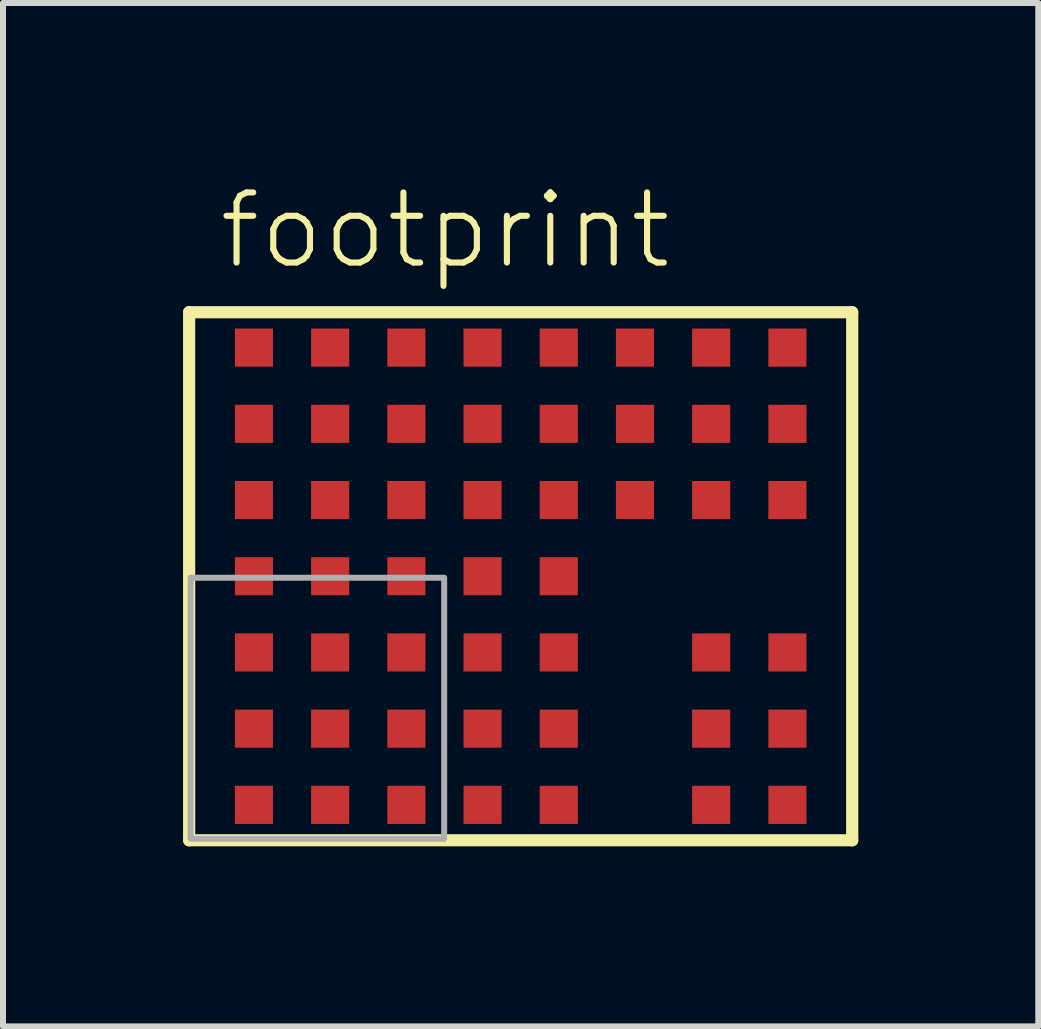
<source format=kicad_pcb>
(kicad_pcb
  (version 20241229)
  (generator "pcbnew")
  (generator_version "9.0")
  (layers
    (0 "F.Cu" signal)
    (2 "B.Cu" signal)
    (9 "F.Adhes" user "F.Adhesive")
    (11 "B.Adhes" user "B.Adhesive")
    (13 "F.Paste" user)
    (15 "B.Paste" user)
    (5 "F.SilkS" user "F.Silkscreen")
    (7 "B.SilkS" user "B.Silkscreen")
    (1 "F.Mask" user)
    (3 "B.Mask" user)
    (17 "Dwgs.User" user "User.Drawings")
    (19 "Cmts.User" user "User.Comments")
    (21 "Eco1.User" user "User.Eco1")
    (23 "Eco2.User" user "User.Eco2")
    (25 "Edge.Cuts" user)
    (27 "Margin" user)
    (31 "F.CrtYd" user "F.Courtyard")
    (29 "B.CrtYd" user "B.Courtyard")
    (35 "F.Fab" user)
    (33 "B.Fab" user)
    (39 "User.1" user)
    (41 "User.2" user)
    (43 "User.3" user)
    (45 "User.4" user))
  (footprint "footprint"
    (layer "F.Cu")
    (at 5.627 6.553)
    (property "Reference" "footprint" (at -5.08 -5.08 0) (layer "F.SilkS") (effects (font (size 1.168 1.168) (thickness 0.102)) (justify left bottom)))
    (fp_poly (pts (xy -4.75 -3.505) (xy -4.14 -3.505) (xy -4.14 -4.115) (xy -4.75 -4.115)) (stroke (width 0) (type solid)) (fill yes) (layer "F.Cu"))
    (fp_poly (pts (xy -4.75 -2.235) (xy -4.14 -2.235) (xy -4.14 -2.845) (xy -4.75 -2.845)) (stroke (width 0) (type solid)) (fill yes) (layer "F.Cu"))
    (fp_poly (pts (xy -4.75 -0.965) (xy -4.14 -0.965) (xy -4.14 -1.575) (xy -4.75 -1.575)) (stroke (width 0) (type solid)) (fill yes) (layer "F.Cu"))
    (fp_poly (pts (xy -4.75 0.305) (xy -4.14 0.305) (xy -4.14 -0.305) (xy -4.75 -0.305)) (stroke (width 0) (type solid)) (fill yes) (layer "F.Cu"))
    (fp_poly (pts (xy -4.75 1.575) (xy -4.14 1.575) (xy -4.14 0.965) (xy -4.75 0.965)) (stroke (width 0) (type solid)) (fill yes) (layer "F.Cu"))
    (fp_poly (pts (xy -4.75 2.845) (xy -4.14 2.845) (xy -4.14 2.235) (xy -4.75 2.235)) (stroke (width 0) (type solid)) (fill yes) (layer "F.Cu"))
    (fp_poly (pts (xy -3.48 -3.505) (xy -2.87 -3.505) (xy -2.87 -4.115) (xy -3.48 -4.115)) (stroke (width 0) (type solid)) (fill yes) (layer "F.Cu"))
    (fp_poly (pts (xy -3.48 -2.235) (xy -2.87 -2.235) (xy -2.87 -2.845) (xy -3.48 -2.845)) (stroke (width 0) (type solid)) (fill yes) (layer "F.Cu"))
    (fp_poly (pts (xy -3.48 -0.965) (xy -2.87 -0.965) (xy -2.87 -1.575) (xy -3.48 -1.575)) (stroke (width 0) (type solid)) (fill yes) (layer "F.Cu"))
    (fp_poly (pts (xy -3.48 0.305) (xy -2.87 0.305) (xy -2.87 -0.305) (xy -3.48 -0.305)) (stroke (width 0) (type solid)) (fill yes) (layer "F.Cu"))
    (fp_poly (pts (xy -3.48 1.575) (xy -2.87 1.575) (xy -2.87 0.965) (xy -3.48 0.965)) (stroke (width 0) (type solid)) (fill yes) (layer "F.Cu"))
    (fp_poly (pts (xy -3.48 2.845) (xy -2.87 2.845) (xy -2.87 2.235) (xy -3.48 2.235)) (stroke (width 0) (type solid)) (fill yes) (layer "F.Cu"))
    (fp_poly (pts (xy -3.48 4.115) (xy -2.87 4.115) (xy -2.87 3.505) (xy -3.48 3.505)) (stroke (width 0) (type solid)) (fill yes) (layer "F.Cu"))
    (fp_poly (pts (xy -2.21 -3.505) (xy -1.6 -3.505) (xy -1.6 -4.115) (xy -2.21 -4.115)) (stroke (width 0) (type solid)) (fill yes) (layer "F.Cu"))
    (fp_poly (pts (xy -2.21 -2.235) (xy -1.6 -2.235) (xy -1.6 -2.845) (xy -2.21 -2.845)) (stroke (width 0) (type solid)) (fill yes) (layer "F.Cu"))
    (fp_poly (pts (xy -2.21 -0.965) (xy -1.6 -0.965) (xy -1.6 -1.575) (xy -2.21 -1.575)) (stroke (width 0) (type solid)) (fill yes) (layer "F.Cu"))
    (fp_poly (pts (xy -2.21 0.305) (xy -1.6 0.305) (xy -1.6 -0.305) (xy -2.21 -0.305)) (stroke (width 0) (type solid)) (fill yes) (layer "F.Cu"))
    (fp_poly (pts (xy -2.21 1.575) (xy -1.6 1.575) (xy -1.6 0.965) (xy -2.21 0.965)) (stroke (width 0) (type solid)) (fill yes) (layer "F.Cu"))
    (fp_poly (pts (xy -2.21 2.845) (xy -1.6 2.845) (xy -1.6 2.235) (xy -2.21 2.235)) (stroke (width 0) (type solid)) (fill yes) (layer "F.Cu"))
    (fp_poly (pts (xy -2.21 4.115) (xy -1.6 4.115) (xy -1.6 3.505) (xy -2.21 3.505)) (stroke (width 0) (type solid)) (fill yes) (layer "F.Cu"))
    (fp_poly (pts (xy -0.94 -3.505) (xy -0.33 -3.505) (xy -0.33 -4.115) (xy -0.94 -4.115)) (stroke (width 0) (type solid)) (fill yes) (layer "F.Cu"))
    (fp_poly (pts (xy -0.94 -2.235) (xy -0.33 -2.235) (xy -0.33 -2.845) (xy -0.94 -2.845)) (stroke (width 0) (type solid)) (fill yes) (layer "F.Cu"))
    (fp_poly (pts (xy -0.94 -0.965) (xy -0.33 -0.965) (xy -0.33 -1.575) (xy -0.94 -1.575)) (stroke (width 0) (type solid)) (fill yes) (layer "F.Cu"))
    (fp_poly (pts (xy -0.94 0.305) (xy -0.33 0.305) (xy -0.33 -0.305) (xy -0.94 -0.305)) (stroke (width 0) (type solid)) (fill yes) (layer "F.Cu"))
    (fp_poly (pts (xy -0.94 1.575) (xy -0.33 1.575) (xy -0.33 0.965) (xy -0.94 0.965)) (stroke (width 0) (type solid)) (fill yes) (layer "F.Cu"))
    (fp_poly (pts (xy -0.94 2.845) (xy -0.33 2.845) (xy -0.33 2.235) (xy -0.94 2.235)) (stroke (width 0) (type solid)) (fill yes) (layer "F.Cu"))
    (fp_poly (pts (xy -0.94 4.115) (xy -0.33 4.115) (xy -0.33 3.505) (xy -0.94 3.505)) (stroke (width 0) (type solid)) (fill yes) (layer "F.Cu"))
    (fp_poly (pts (xy 0.33 -3.505) (xy 0.94 -3.505) (xy 0.94 -4.115) (xy 0.33 -4.115)) (stroke (width 0) (type solid)) (fill yes) (layer "F.Cu"))
    (fp_poly (pts (xy 0.33 -2.235) (xy 0.94 -2.235) (xy 0.94 -2.845) (xy 0.33 -2.845)) (stroke (width 0) (type solid)) (fill yes) (layer "F.Cu"))
    (fp_poly (pts (xy 0.33 -0.965) (xy 0.94 -0.965) (xy 0.94 -1.575) (xy 0.33 -1.575)) (stroke (width 0) (type solid)) (fill yes) (layer "F.Cu"))
    (fp_poly (pts (xy 0.33 0.305) (xy 0.94 0.305) (xy 0.94 -0.305) (xy 0.33 -0.305)) (stroke (width 0) (type solid)) (fill yes) (layer "F.Cu"))
    (fp_poly (pts (xy 0.33 1.575) (xy 0.94 1.575) (xy 0.94 0.965) (xy 0.33 0.965)) (stroke (width 0) (type solid)) (fill yes) (layer "F.Cu"))
    (fp_poly (pts (xy 0.33 2.845) (xy 0.94 2.845) (xy 0.94 2.235) (xy 0.33 2.235)) (stroke (width 0) (type solid)) (fill yes) (layer "F.Cu"))
    (fp_poly (pts (xy 0.33 4.115) (xy 0.94 4.115) (xy 0.94 3.505) (xy 0.33 3.505)) (stroke (width 0) (type solid)) (fill yes) (layer "F.Cu"))
    (fp_poly (pts (xy 1.6 -3.505) (xy 2.21 -3.505) (xy 2.21 -4.115) (xy 1.6 -4.115)) (stroke (width 0) (type solid)) (fill yes) (layer "F.Cu"))
    (fp_poly (pts (xy 1.6 -2.235) (xy 2.21 -2.235) (xy 2.21 -2.845) (xy 1.6 -2.845)) (stroke (width 0) (type solid)) (fill yes) (layer "F.Cu"))
    (fp_poly (pts (xy 1.6 -0.965) (xy 2.21 -0.965) (xy 2.21 -1.575) (xy 1.6 -1.575)) (stroke (width 0) (type solid)) (fill yes) (layer "F.Cu"))
    (fp_poly (pts (xy 2.87 -3.505) (xy 3.48 -3.505) (xy 3.48 -4.115) (xy 2.87 -4.115)) (stroke (width 0) (type solid)) (fill yes) (layer "F.Cu"))
    (fp_poly (pts (xy 2.87 -2.235) (xy 3.48 -2.235) (xy 3.48 -2.845) (xy 2.87 -2.845)) (stroke (width 0) (type solid)) (fill yes) (layer "F.Cu"))
    (fp_poly (pts (xy 2.87 -0.965) (xy 3.48 -0.965) (xy 3.48 -1.575) (xy 2.87 -1.575)) (stroke (width 0) (type solid)) (fill yes) (layer "F.Cu"))
    (fp_poly (pts (xy 2.87 1.575) (xy 3.48 1.575) (xy 3.48 0.965) (xy 2.87 0.965)) (stroke (width 0) (type solid)) (fill yes) (layer "F.Cu"))
    (fp_poly (pts (xy 2.87 2.845) (xy 3.48 2.845) (xy 3.48 2.235) (xy 2.87 2.235)) (stroke (width 0) (type solid)) (fill yes) (layer "F.Cu"))
    (fp_poly (pts (xy 2.87 4.115) (xy 3.48 4.115) (xy 3.48 3.505) (xy 2.87 3.505)) (stroke (width 0) (type solid)) (fill yes) (layer "F.Cu"))
    (fp_poly (pts (xy 4.14 -3.505) (xy 4.75 -3.505) (xy 4.75 -4.115) (xy 4.14 -4.115)) (stroke (width 0) (type solid)) (fill yes) (layer "F.Cu"))
    (fp_poly (pts (xy 4.14 -2.235) (xy 4.75 -2.235) (xy 4.75 -2.845) (xy 4.14 -2.845)) (stroke (width 0) (type solid)) (fill yes) (layer "F.Cu"))
    (fp_poly (pts (xy 4.14 -0.965) (xy 4.75 -0.965) (xy 4.75 -1.575) (xy 4.14 -1.575)) (stroke (width 0) (type solid)) (fill yes) (layer "F.Cu"))
    (fp_poly (pts (xy 4.14 1.575) (xy 4.75 1.575) (xy 4.75 0.965) (xy 4.14 0.965)) (stroke (width 0) (type solid)) (fill yes) (layer "F.Cu"))
    (fp_poly (pts (xy 4.14 2.845) (xy 4.75 2.845) (xy 4.75 2.235) (xy 4.14 2.235)) (stroke (width 0) (type solid)) (fill yes) (layer "F.Cu"))
    (fp_poly (pts (xy 4.14 4.115) (xy 4.75 4.115) (xy 4.75 3.505) (xy 4.14 3.505)) (stroke (width 0) (type solid)) (fill yes) (layer "F.Cu"))
    (fp_poly (pts (xy -4.14 4.115) (xy -4.669 4.115) (xy -4.75 4.034) (xy -4.75 3.505) (xy -4.14 3.505)) (stroke (width 0) (type solid)) (fill yes) (layer "F.Cu"))
    (fp_poly (pts (xy -4.039 4.216) (xy -4.669 4.216) (xy -4.851 4.034) (xy -4.851 3.404) (xy -4.039 3.404)) (stroke (width 0) (type solid)) (fill yes) (layer "F.Mask"))
    (fp_line (start -5.525 -4.4) (end -5.525 4.4) (stroke (width 0.203) (type solid)) (layer "F.SilkS"))
    (fp_line (start -5.525 4.4) (end 5.525 4.4) (stroke (width 0.203) (type solid)) (layer "F.SilkS"))
    (fp_line (start 5.525 -4.4) (end -5.525 -4.4) (stroke (width 0.203) (type solid)) (layer "F.SilkS"))
    (fp_line (start 5.525 4.4) (end 5.525 -4.4) (stroke (width 0.203) (type solid)) (layer "F.SilkS"))
    (fp_poly (pts (xy -5.5 4.375) (xy -1.275 4.375) (xy -1.275 0.025) (xy -5.5 0.025)) (stroke (width 0.1) (type solid)) (fill no) (layer "F.Fab"))
    (pad "A1" smd rect (at -4.445 3.81) (size 0.635 0.635) (layers "F.Cu"))
    (pad "A2" smd rect (at -4.445 2.54) (size 0.635 0.635) (layers "F.Cu" "F.Mask"))
    (pad "A3" smd rect (at -4.445 1.27) (size 0.635 0.635) (layers "F.Cu" "F.Mask"))
    (pad "A4" smd rect (at -4.445 0) (size 0.635 0.635) (layers "F.Cu" "F.Mask"))
    (pad "A5" smd rect (at -4.445 -1.27) (size 0.635 0.635) (layers "F.Cu" "F.Mask"))
    (pad "A6" smd rect (at -4.445 -2.54) (size 0.635 0.635) (layers "F.Cu" "F.Mask"))
    (pad "A7" smd rect (at -4.445 -3.81) (size 0.635 0.635) (layers "F.Cu" "F.Mask"))
    (pad "B1" smd rect (at -3.175 3.81) (size 0.635 0.635) (layers "F.Cu" "F.Mask"))
    (pad "B2" smd rect (at -3.175 2.54) (size 0.635 0.635) (layers "F.Cu" "F.Mask"))
    (pad "B3" smd rect (at -3.175 1.27) (size 0.635 0.635) (layers "F.Cu" "F.Mask"))
    (pad "B4" smd rect (at -3.175 0) (size 0.635 0.635) (layers "F.Cu" "F.Mask"))
    (pad "B5" smd rect (at -3.175 -1.27) (size 0.635 0.635) (layers "F.Cu" "F.Mask"))
    (pad "B6" smd rect (at -3.175 -2.54) (size 0.635 0.635) (layers "F.Cu" "F.Mask"))
    (pad "B7" smd rect (at -3.175 -3.81) (size 0.635 0.635) (layers "F.Cu" "F.Mask"))
    (pad "C1" smd rect (at -1.905 3.81) (size 0.635 0.635) (layers "F.Cu" "F.Mask"))
    (pad "C2" smd rect (at -1.905 2.54) (size 0.635 0.635) (layers "F.Cu" "F.Mask"))
    (pad "C3" smd rect (at -1.905 1.27) (size 0.635 0.635) (layers "F.Cu" "F.Mask"))
    (pad "C4" smd rect (at -1.905 0) (size 0.635 0.635) (layers "F.Cu" "F.Mask"))
    (pad "C5" smd rect (at -1.905 -1.27) (size 0.635 0.635) (layers "F.Cu" "F.Mask"))
    (pad "C6" smd rect (at -1.905 -2.54) (size 0.635 0.635) (layers "F.Cu" "F.Mask"))
    (pad "C7" smd rect (at -1.905 -3.81) (size 0.635 0.635) (layers "F.Cu" "F.Mask"))
    (pad "D1" smd rect (at -0.635 3.81) (size 0.635 0.635) (layers "F.Cu" "F.Mask"))
    (pad "D2" smd rect (at -0.635 2.54) (size 0.635 0.635) (layers "F.Cu" "F.Mask"))
    (pad "D3" smd rect (at -0.635 1.27) (size 0.635 0.635) (layers "F.Cu" "F.Mask"))
    (pad "D4" smd rect (at -0.635 0) (size 0.635 0.635) (layers "F.Cu" "F.Mask"))
    (pad "D5" smd rect (at -0.635 -1.27) (size 0.635 0.635) (layers "F.Cu" "F.Mask"))
    (pad "D6" smd rect (at -0.635 -2.54) (size 0.635 0.635) (layers "F.Cu" "F.Mask"))
    (pad "D7" smd rect (at -0.635 -3.81) (size 0.635 0.635) (layers "F.Cu" "F.Mask"))
    (pad "E1" smd rect (at 0.635 3.81) (size 0.635 0.635) (layers "F.Cu" "F.Mask"))
    (pad "E2" smd rect (at 0.635 2.54) (size 0.635 0.635) (layers "F.Cu" "F.Mask"))
    (pad "E3" smd rect (at 0.635 1.27) (size 0.635 0.635) (layers "F.Cu" "F.Mask"))
    (pad "E4" smd rect (at 0.635 0) (size 0.635 0.635) (layers "F.Cu" "F.Mask"))
    (pad "E5" smd rect (at 0.635 -1.27) (size 0.635 0.635) (layers "F.Cu" "F.Mask"))
    (pad "E6" smd rect (at 0.635 -2.54) (size 0.635 0.635) (layers "F.Cu" "F.Mask"))
    (pad "E7" smd rect (at 0.635 -3.81) (size 0.635 0.635) (layers "F.Cu" "F.Mask"))
    (pad "F5" smd rect (at 1.905 -1.27) (size 0.635 0.635) (layers "F.Cu" "F.Mask"))
    (pad "F6" smd rect (at 1.905 -2.54) (size 0.635 0.635) (layers "F.Cu" "F.Mask"))
    (pad "F7" smd rect (at 1.905 -3.81) (size 0.635 0.635) (layers "F.Cu" "F.Mask"))
    (pad "G1" smd rect (at 3.175 3.81) (size 0.635 0.635) (layers "F.Cu" "F.Mask"))
    (pad "G2" smd rect (at 3.175 2.54) (size 0.635 0.635) (layers "F.Cu" "F.Mask"))
    (pad "G3" smd rect (at 3.175 1.27) (size 0.635 0.635) (layers "F.Cu" "F.Mask"))
    (pad "G5" smd rect (at 3.175 -1.27) (size 0.635 0.635) (layers "F.Cu" "F.Mask"))
    (pad "G6" smd rect (at 3.175 -2.54) (size 0.635 0.635) (layers "F.Cu" "F.Mask"))
    (pad "G7" smd rect (at 3.175 -3.81) (size 0.635 0.635) (layers "F.Cu" "F.Mask"))
    (pad "H1" smd rect (at 4.445 3.81) (size 0.635 0.635) (layers "F.Cu" "F.Mask"))
    (pad "H2" smd rect (at 4.445 2.54) (size 0.635 0.635) (layers "F.Cu" "F.Mask"))
    (pad "H3" smd rect (at 4.445 1.27) (size 0.635 0.635) (layers "F.Cu" "F.Mask"))
    (pad "H5" smd rect (at 4.445 -1.27) (size 0.635 0.635) (layers "F.Cu" "F.Mask"))
    (pad "H6" smd rect (at 4.445 -2.54) (size 0.635 0.635) (layers "F.Cu" "F.Mask"))
    (pad "H7" smd rect (at 4.445 -3.81) (size 0.635 0.635) (layers "F.Cu" "F.Mask")))
  (gr_rect
    (start -3 -3)
    (end 14.253 14.055)
    (stroke (width 0.1) (type default))
    (fill no)
    (layer "Edge.Cuts")))
</source>
